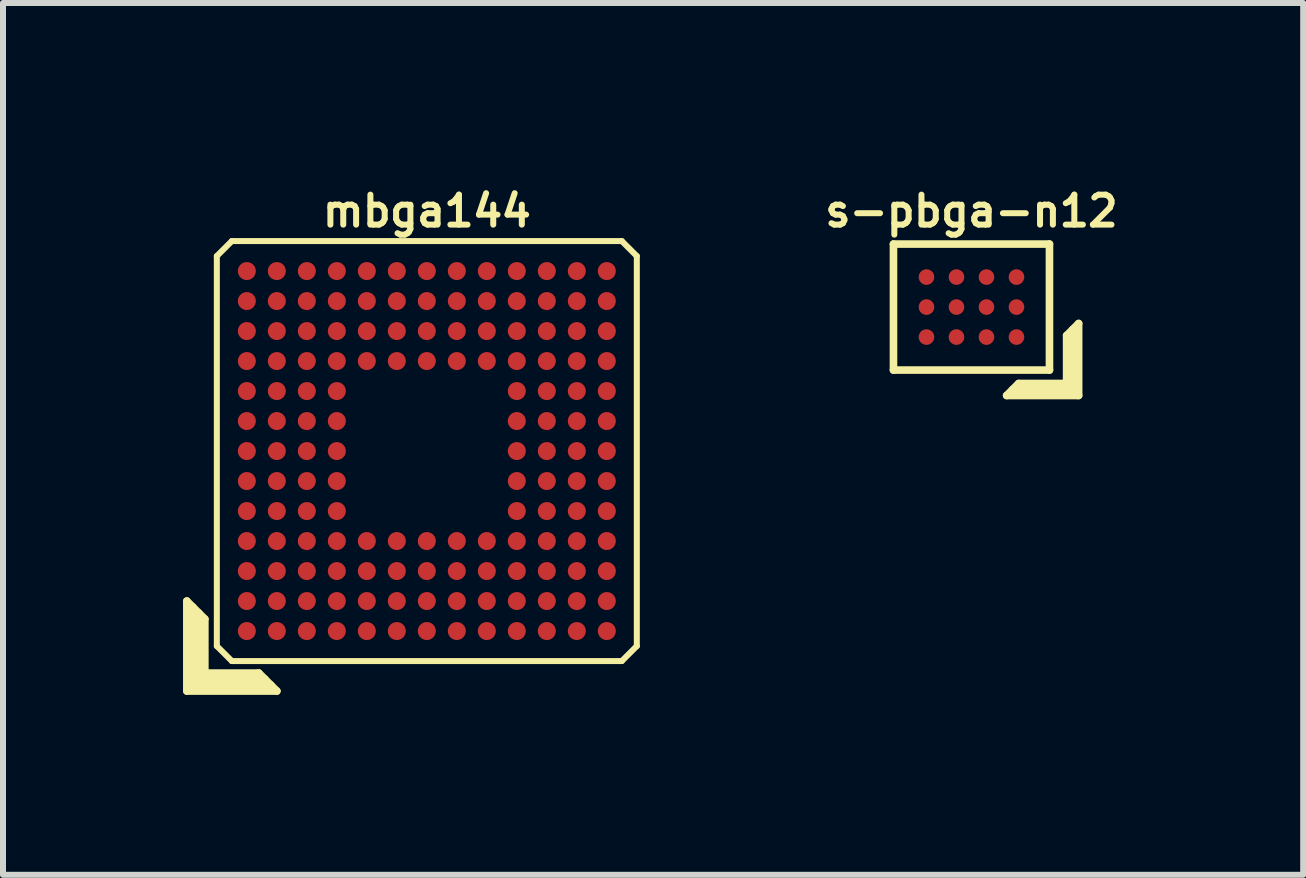
<source format=kicad_pcb>
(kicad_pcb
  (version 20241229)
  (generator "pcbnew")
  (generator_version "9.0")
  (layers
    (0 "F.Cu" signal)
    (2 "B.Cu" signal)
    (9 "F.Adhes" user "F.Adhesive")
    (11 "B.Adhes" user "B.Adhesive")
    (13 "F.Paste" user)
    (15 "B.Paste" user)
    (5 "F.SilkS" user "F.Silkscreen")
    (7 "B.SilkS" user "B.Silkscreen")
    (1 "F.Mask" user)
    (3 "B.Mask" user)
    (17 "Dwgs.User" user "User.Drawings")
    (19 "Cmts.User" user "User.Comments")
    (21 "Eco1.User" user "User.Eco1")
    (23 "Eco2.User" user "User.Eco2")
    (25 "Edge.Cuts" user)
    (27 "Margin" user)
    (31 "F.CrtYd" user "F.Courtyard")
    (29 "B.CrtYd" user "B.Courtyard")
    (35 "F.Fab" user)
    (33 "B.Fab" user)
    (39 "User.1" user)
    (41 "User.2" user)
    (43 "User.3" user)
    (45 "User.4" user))
  (footprint "s-pbga-n12"
    (layer "F.Cu")
    (at 13.142 2.068)
    (property "Reference" "s-pbga-n12" (at 0 -1.6 0) (layer "F.SilkS") (effects (font (size 0.5 0.5) (thickness 0.1))))
    (attr through_hole)
    (fp_line (start -1.3 -1.05) (end -1.3 1.05) (stroke (width 0.127) (type solid)) (layer "F.SilkS"))
    (fp_line (start -1.3 -1.05) (end 1.3 -1.05) (stroke (width 0.127) (type solid)) (layer "F.SilkS"))
    (fp_line (start -1.3 1.05) (end 1.3 1.05) (stroke (width 0.127) (type solid)) (layer "F.SilkS"))
    (fp_line (start 0.586 1.474) (end 0.786 1.274) (stroke (width 0.127) (type solid)) (layer "F.SilkS"))
    (fp_line (start 0.686 1.374) (end 1.686 1.374) (stroke (width 0.127) (type solid)) (layer "F.SilkS"))
    (fp_line (start 0.786 1.274) (end 1.586 1.274) (stroke (width 0.127) (type solid)) (layer "F.SilkS"))
    (fp_line (start 1.3 -1.05) (end 1.3 1.05) (stroke (width 0.127) (type solid)) (layer "F.SilkS"))
    (fp_line (start 1.586 0.474) (end 1.786 0.274) (stroke (width 0.127) (type solid)) (layer "F.SilkS"))
    (fp_line (start 1.586 1.274) (end 1.586 0.474) (stroke (width 0.127) (type solid)) (layer "F.SilkS"))
    (fp_line (start 1.686 1.374) (end 1.686 0.374) (stroke (width 0.127) (type solid)) (layer "F.SilkS"))
    (fp_line (start 1.786 0.274) (end 1.786 1.474) (stroke (width 0.127) (type solid)) (layer "F.SilkS"))
    (fp_line (start 1.786 1.474) (end 0.586 1.474) (stroke (width 0.127) (type solid)) (layer "F.SilkS"))
    (pad "A1" smd circle (at 0.75 0.5) (size 0.26 0.26) (layers "F.Cu" "F.Mask" "F.Paste"))
    (pad "A2" smd circle (at 0.25 0.5) (size 0.26 0.26) (layers "F.Cu" "F.Mask" "F.Paste"))
    (pad "A3" smd circle (at -0.25 0.5) (size 0.26 0.26) (layers "F.Cu" "F.Mask" "F.Paste"))
    (pad "A4" smd circle (at -0.75 0.5) (size 0.26 0.26) (layers "F.Cu" "F.Mask" "F.Paste"))
    (pad "B1" smd circle (at 0.75 0) (size 0.26 0.26) (layers "F.Cu" "F.Mask" "F.Paste"))
    (pad "B2" smd circle (at 0.25 0) (size 0.26 0.26) (layers "F.Cu" "F.Mask" "F.Paste"))
    (pad "B3" smd circle (at -0.25 0) (size 0.26 0.26) (layers "F.Cu" "F.Mask" "F.Paste"))
    (pad "B4" smd circle (at -0.75 0) (size 0.26 0.26) (layers "F.Cu" "F.Mask" "F.Paste"))
    (pad "C1" smd circle (at 0.75 -0.5) (size 0.26 0.26) (layers "F.Cu" "F.Mask" "F.Paste"))
    (pad "C2" smd circle (at 0.25 -0.5) (size 0.26 0.26) (layers "F.Cu" "F.Mask" "F.Paste"))
    (pad "C3" smd circle (at -0.25 -0.5) (size 0.26 0.26) (layers "F.Cu" "F.Mask" "F.Paste"))
    (pad "C4" smd circle (at -0.75 -0.5) (size 0.26 0.26) (layers "F.Cu" "F.Mask" "F.Paste")))
  (footprint "mbga144"
    (layer "F.Cu")
    (at 4.064 4.468)
    (property "Reference" "mbga144" (at 0 -4 0) (layer "F.SilkS") (effects (font (size 0.5 0.5) (thickness 0.1))))
    (attr through_hole)
    (fp_line (start -4 2.5) (end -3.7 2.8) (stroke (width 0.127) (type solid)) (layer "F.SilkS"))
    (fp_line (start -4 4) (end -4 2.5) (stroke (width 0.127) (type solid)) (layer "F.SilkS"))
    (fp_line (start -3.9 2.6) (end -3.9 3.9) (stroke (width 0.127) (type solid)) (layer "F.SilkS"))
    (fp_line (start -3.9 3.9) (end -2.6 3.9) (stroke (width 0.127) (type solid)) (layer "F.SilkS"))
    (fp_line (start -3.8 3.8) (end -3.8 2.7) (stroke (width 0.127) (type solid)) (layer "F.SilkS"))
    (fp_line (start -3.7 2.8) (end -3.7 3.7) (stroke (width 0.127) (type solid)) (layer "F.SilkS"))
    (fp_line (start -3.7 3.7) (end -2.8 3.7) (stroke (width 0.127) (type solid)) (layer "F.SilkS"))
    (fp_line (start -3.5 -3.25) (end -3.5 3.25) (stroke (width 0.1) (type solid)) (layer "F.SilkS"))
    (fp_line (start -3.5 -3.25) (end -3.25 -3.5) (stroke (width 0.1) (type solid)) (layer "F.SilkS"))
    (fp_line (start -3.25 3.5) (end -3.5 3.25) (stroke (width 0.1) (type solid)) (layer "F.SilkS"))
    (fp_line (start -3.25 3.5) (end 3.25 3.5) (stroke (width 0.1) (type solid)) (layer "F.SilkS"))
    (fp_line (start -2.8 3.7) (end -2.5 4) (stroke (width 0.127) (type solid)) (layer "F.SilkS"))
    (fp_line (start -2.7 3.8) (end -3.8 3.8) (stroke (width 0.127) (type solid)) (layer "F.SilkS"))
    (fp_line (start -2.5 4) (end -4 4) (stroke (width 0.127) (type solid)) (layer "F.SilkS"))
    (fp_line (start 3.25 -3.5) (end -3.25 -3.5) (stroke (width 0.1) (type solid)) (layer "F.SilkS"))
    (fp_line (start 3.25 -3.5) (end 3.5 -3.25) (stroke (width 0.1) (type solid)) (layer "F.SilkS"))
    (fp_line (start 3.5 3.25) (end 3.25 3.5) (stroke (width 0.1) (type solid)) (layer "F.SilkS"))
    (fp_line (start 3.5 3.25) (end 3.5 -3.25) (stroke (width 0.1) (type solid)) (layer "F.SilkS"))
    (pad "A1" smd circle (at -3 3) (size 0.3 0.3) (layers "F.Cu" "F.Mask" "F.Paste"))
    (pad "A2" smd circle (at -2.5 3) (size 0.3 0.3) (layers "F.Cu" "F.Mask" "F.Paste"))
    (pad "A3" smd circle (at -2 3) (size 0.3 0.3) (layers "F.Cu" "F.Mask" "F.Paste"))
    (pad "A4" smd circle (at -1.5 3) (size 0.3 0.3) (layers "F.Cu" "F.Mask" "F.Paste"))
    (pad "A5" smd circle (at -1 3) (size 0.3 0.3) (layers "F.Cu" "F.Mask" "F.Paste"))
    (pad "A6" smd circle (at -0.5 3) (size 0.3 0.3) (layers "F.Cu" "F.Mask" "F.Paste"))
    (pad "A7" smd circle (at 0 3) (size 0.3 0.3) (layers "F.Cu" "F.Mask" "F.Paste"))
    (pad "A8" smd circle (at 0.5 3) (size 0.3 0.3) (layers "F.Cu" "F.Mask" "F.Paste"))
    (pad "A9" smd circle (at 1 3) (size 0.3 0.3) (layers "F.Cu" "F.Mask" "F.Paste"))
    (pad "A10" smd circle (at 1.5 3) (size 0.3 0.3) (layers "F.Cu" "F.Mask" "F.Paste"))
    (pad "A11" smd circle (at 2 3) (size 0.3 0.3) (layers "F.Cu" "F.Mask" "F.Paste"))
    (pad "A12" smd circle (at 2.5 3) (size 0.3 0.3) (layers "F.Cu" "F.Mask" "F.Paste"))
    (pad "A13" smd circle (at 3 3) (size 0.3 0.3) (layers "F.Cu" "F.Mask" "F.Paste"))
    (pad "B1" smd circle (at -3 2.5) (size 0.3 0.3) (layers "F.Cu" "F.Mask" "F.Paste"))
    (pad "B2" smd circle (at -2.5 2.5) (size 0.3 0.3) (layers "F.Cu" "F.Mask" "F.Paste"))
    (pad "B3" smd circle (at -2 2.5) (size 0.3 0.3) (layers "F.Cu" "F.Mask" "F.Paste"))
    (pad "B4" smd circle (at -1.5 2.5) (size 0.3 0.3) (layers "F.Cu" "F.Mask" "F.Paste"))
    (pad "B5" smd circle (at -1 2.5) (size 0.3 0.3) (layers "F.Cu" "F.Mask" "F.Paste"))
    (pad "B6" smd circle (at -0.5 2.5) (size 0.3 0.3) (layers "F.Cu" "F.Mask" "F.Paste"))
    (pad "B7" smd circle (at 0 2.5) (size 0.3 0.3) (layers "F.Cu" "F.Mask" "F.Paste"))
    (pad "B8" smd circle (at 0.5 2.5) (size 0.3 0.3) (layers "F.Cu" "F.Mask" "F.Paste"))
    (pad "B9" smd circle (at 1 2.5) (size 0.3 0.3) (layers "F.Cu" "F.Mask" "F.Paste"))
    (pad "B10" smd circle (at 1.5 2.5) (size 0.3 0.3) (layers "F.Cu" "F.Mask" "F.Paste"))
    (pad "B11" smd circle (at 2 2.5) (size 0.3 0.3) (layers "F.Cu" "F.Mask" "F.Paste"))
    (pad "B12" smd circle (at 2.5 2.5) (size 0.3 0.3) (layers "F.Cu" "F.Mask" "F.Paste"))
    (pad "B13" smd circle (at 3 2.5) (size 0.3 0.3) (layers "F.Cu" "F.Mask" "F.Paste"))
    (pad "C1" smd circle (at -3 2) (size 0.3 0.3) (layers "F.Cu" "F.Mask" "F.Paste"))
    (pad "C2" smd circle (at -2.5 2) (size 0.3 0.3) (layers "F.Cu" "F.Mask" "F.Paste"))
    (pad "C3" smd circle (at -2 2) (size 0.3 0.3) (layers "F.Cu" "F.Mask" "F.Paste"))
    (pad "C4" smd circle (at -1.5 2) (size 0.3 0.3) (layers "F.Cu" "F.Mask" "F.Paste"))
    (pad "C5" smd circle (at -1 2) (size 0.3 0.3) (layers "F.Cu" "F.Mask" "F.Paste"))
    (pad "C6" smd circle (at -0.5 2) (size 0.3 0.3) (layers "F.Cu" "F.Mask" "F.Paste"))
    (pad "C7" smd circle (at 0 2) (size 0.3 0.3) (layers "F.Cu" "F.Mask" "F.Paste"))
    (pad "C8" smd circle (at 0.5 2) (size 0.3 0.3) (layers "F.Cu" "F.Mask" "F.Paste"))
    (pad "C9" smd circle (at 1 2) (size 0.3 0.3) (layers "F.Cu" "F.Mask" "F.Paste"))
    (pad "C10" smd circle (at 1.5 2) (size 0.3 0.3) (layers "F.Cu" "F.Mask" "F.Paste"))
    (pad "C11" smd circle (at 2 2) (size 0.3 0.3) (layers "F.Cu" "F.Mask" "F.Paste"))
    (pad "C12" smd circle (at 2.5 2) (size 0.3 0.3) (layers "F.Cu" "F.Mask" "F.Paste"))
    (pad "C13" smd circle (at 3 2) (size 0.3 0.3) (layers "F.Cu" "F.Mask" "F.Paste"))
    (pad "D1" smd circle (at -3 1.5) (size 0.3 0.3) (layers "F.Cu" "F.Mask" "F.Paste"))
    (pad "D2" smd circle (at -2.5 1.5) (size 0.3 0.3) (layers "F.Cu" "F.Mask" "F.Paste"))
    (pad "D3" smd circle (at -2 1.5) (size 0.3 0.3) (layers "F.Cu" "F.Mask" "F.Paste"))
    (pad "D4" smd circle (at -1.5 1.5) (size 0.3 0.3) (layers "F.Cu" "F.Mask" "F.Paste"))
    (pad "D5" smd circle (at -1 1.5) (size 0.3 0.3) (layers "F.Cu" "F.Mask" "F.Paste"))
    (pad "D6" smd circle (at -0.5 1.5) (size 0.3 0.3) (layers "F.Cu" "F.Mask" "F.Paste"))
    (pad "D7" smd circle (at 0 1.5) (size 0.3 0.3) (layers "F.Cu" "F.Mask" "F.Paste"))
    (pad "D8" smd circle (at 0.5 1.5) (size 0.3 0.3) (layers "F.Cu" "F.Mask" "F.Paste"))
    (pad "D9" smd circle (at 1 1.5) (size 0.3 0.3) (layers "F.Cu" "F.Mask" "F.Paste"))
    (pad "D10" smd circle (at 1.5 1.5) (size 0.3 0.3) (layers "F.Cu" "F.Mask" "F.Paste"))
    (pad "D11" smd circle (at 2 1.5) (size 0.3 0.3) (layers "F.Cu" "F.Mask" "F.Paste"))
    (pad "D12" smd circle (at 2.5 1.5) (size 0.3 0.3) (layers "F.Cu" "F.Mask" "F.Paste"))
    (pad "D13" smd circle (at 3 1.5) (size 0.3 0.3) (layers "F.Cu" "F.Mask" "F.Paste"))
    (pad "E1" smd circle (at -3 1) (size 0.3 0.3) (layers "F.Cu" "F.Mask" "F.Paste"))
    (pad "E2" smd circle (at -2.5 1) (size 0.3 0.3) (layers "F.Cu" "F.Mask" "F.Paste"))
    (pad "E3" smd circle (at -2 1) (size 0.3 0.3) (layers "F.Cu" "F.Mask" "F.Paste"))
    (pad "E4" smd circle (at -1.5 1) (size 0.3 0.3) (layers "F.Cu" "F.Mask" "F.Paste"))
    (pad "E10" smd circle (at 1.5 1) (size 0.3 0.3) (layers "F.Cu" "F.Mask" "F.Paste"))
    (pad "E11" smd circle (at 2 1) (size 0.3 0.3) (layers "F.Cu" "F.Mask" "F.Paste"))
    (pad "E12" smd circle (at 2.5 1) (size 0.3 0.3) (layers "F.Cu" "F.Mask" "F.Paste"))
    (pad "E13" smd circle (at 3 1) (size 0.3 0.3) (layers "F.Cu" "F.Mask" "F.Paste"))
    (pad "F1" smd circle (at -3 0.5) (size 0.3 0.3) (layers "F.Cu" "F.Mask" "F.Paste"))
    (pad "F2" smd circle (at -2.5 0.5) (size 0.3 0.3) (layers "F.Cu" "F.Mask" "F.Paste"))
    (pad "F3" smd circle (at -2 0.5) (size 0.3 0.3) (layers "F.Cu" "F.Mask" "F.Paste"))
    (pad "F4" smd circle (at -1.5 0.5) (size 0.3 0.3) (layers "F.Cu" "F.Mask" "F.Paste"))
    (pad "F10" smd circle (at 1.5 0.5) (size 0.3 0.3) (layers "F.Cu" "F.Mask" "F.Paste"))
    (pad "F11" smd circle (at 2 0.5) (size 0.3 0.3) (layers "F.Cu" "F.Mask" "F.Paste"))
    (pad "F12" smd circle (at 2.5 0.5) (size 0.3 0.3) (layers "F.Cu" "F.Mask" "F.Paste"))
    (pad "F13" smd circle (at 3 0.5) (size 0.3 0.3) (layers "F.Cu" "F.Mask" "F.Paste"))
    (pad "G1" smd circle (at -3 0) (size 0.3 0.3) (layers "F.Cu" "F.Mask" "F.Paste"))
    (pad "G2" smd circle (at -2.5 0) (size 0.3 0.3) (layers "F.Cu" "F.Mask" "F.Paste"))
    (pad "G3" smd circle (at -2 0) (size 0.3 0.3) (layers "F.Cu" "F.Mask" "F.Paste"))
    (pad "G4" smd circle (at -1.5 0) (size 0.3 0.3) (layers "F.Cu" "F.Mask" "F.Paste"))
    (pad "G10" smd circle (at 1.5 0) (size 0.3 0.3) (layers "F.Cu" "F.Mask" "F.Paste"))
    (pad "G11" smd circle (at 2 0) (size 0.3 0.3) (layers "F.Cu" "F.Mask" "F.Paste"))
    (pad "G12" smd circle (at 2.5 0) (size 0.3 0.3) (layers "F.Cu" "F.Mask" "F.Paste"))
    (pad "G13" smd circle (at 3 0) (size 0.3 0.3) (layers "F.Cu" "F.Mask" "F.Paste"))
    (pad "H1" smd circle (at -3 -0.5) (size 0.3 0.3) (layers "F.Cu" "F.Mask" "F.Paste"))
    (pad "H2" smd circle (at -2.5 -0.5) (size 0.3 0.3) (layers "F.Cu" "F.Mask" "F.Paste"))
    (pad "H3" smd circle (at -2 -0.5) (size 0.3 0.3) (layers "F.Cu" "F.Mask" "F.Paste"))
    (pad "H4" smd circle (at -1.5 -0.5) (size 0.3 0.3) (layers "F.Cu" "F.Mask" "F.Paste"))
    (pad "H10" smd circle (at 1.5 -0.5) (size 0.3 0.3) (layers "F.Cu" "F.Mask" "F.Paste"))
    (pad "H11" smd circle (at 2 -0.5) (size 0.3 0.3) (layers "F.Cu" "F.Mask" "F.Paste"))
    (pad "H12" smd circle (at 2.5 -0.5) (size 0.3 0.3) (layers "F.Cu" "F.Mask" "F.Paste"))
    (pad "H13" smd circle (at 3 -0.5) (size 0.3 0.3) (layers "F.Cu" "F.Mask" "F.Paste"))
    (pad "J1" smd circle (at -3 -1) (size 0.3 0.3) (layers "F.Cu" "F.Mask" "F.Paste"))
    (pad "J2" smd circle (at -2.5 -1) (size 0.3 0.3) (layers "F.Cu" "F.Mask" "F.Paste"))
    (pad "J3" smd circle (at -2 -1) (size 0.3 0.3) (layers "F.Cu" "F.Mask" "F.Paste"))
    (pad "J4" smd circle (at -1.5 -1) (size 0.3 0.3) (layers "F.Cu" "F.Mask" "F.Paste"))
    (pad "J10" smd circle (at 1.5 -1) (size 0.3 0.3) (layers "F.Cu" "F.Mask" "F.Paste"))
    (pad "J11" smd circle (at 2 -1) (size 0.3 0.3) (layers "F.Cu" "F.Mask" "F.Paste"))
    (pad "J12" smd circle (at 2.5 -1) (size 0.3 0.3) (layers "F.Cu" "F.Mask" "F.Paste"))
    (pad "J13" smd circle (at 3 -1) (size 0.3 0.3) (layers "F.Cu" "F.Mask" "F.Paste"))
    (pad "K1" smd circle (at -3 -1.5) (size 0.3 0.3) (layers "F.Cu" "F.Mask" "F.Paste"))
    (pad "K2" smd circle (at -2.5 -1.5) (size 0.3 0.3) (layers "F.Cu" "F.Mask" "F.Paste"))
    (pad "K3" smd circle (at -2 -1.5) (size 0.3 0.3) (layers "F.Cu" "F.Mask" "F.Paste"))
    (pad "K4" smd circle (at -1.5 -1.5) (size 0.3 0.3) (layers "F.Cu" "F.Mask" "F.Paste"))
    (pad "K5" smd circle (at -1 -1.5) (size 0.3 0.3) (layers "F.Cu" "F.Mask" "F.Paste"))
    (pad "K6" smd circle (at -0.5 -1.5) (size 0.3 0.3) (layers "F.Cu" "F.Mask" "F.Paste"))
    (pad "K7" smd circle (at 0 -1.5) (size 0.3 0.3) (layers "F.Cu" "F.Mask" "F.Paste"))
    (pad "K8" smd circle (at 0.5 -1.5) (size 0.3 0.3) (layers "F.Cu" "F.Mask" "F.Paste"))
    (pad "K9" smd circle (at 1 -1.5) (size 0.3 0.3) (layers "F.Cu" "F.Mask" "F.Paste"))
    (pad "K10" smd circle (at 1.5 -1.5) (size 0.3 0.3) (layers "F.Cu" "F.Mask" "F.Paste"))
    (pad "K11" smd circle (at 2 -1.5) (size 0.3 0.3) (layers "F.Cu" "F.Mask" "F.Paste"))
    (pad "K12" smd circle (at 2.5 -1.5) (size 0.3 0.3) (layers "F.Cu" "F.Mask" "F.Paste"))
    (pad "K13" smd circle (at 3 -1.5) (size 0.3 0.3) (layers "F.Cu" "F.Mask" "F.Paste"))
    (pad "L1" smd circle (at -3 -2) (size 0.3 0.3) (layers "F.Cu" "F.Mask" "F.Paste"))
    (pad "L2" smd circle (at -2.5 -2) (size 0.3 0.3) (layers "F.Cu" "F.Mask" "F.Paste"))
    (pad "L3" smd circle (at -2 -2) (size 0.3 0.3) (layers "F.Cu" "F.Mask" "F.Paste"))
    (pad "L4" smd circle (at -1.5 -2) (size 0.3 0.3) (layers "F.Cu" "F.Mask" "F.Paste"))
    (pad "L5" smd circle (at -1 -2) (size 0.3 0.3) (layers "F.Cu" "F.Mask" "F.Paste"))
    (pad "L6" smd circle (at -0.5 -2) (size 0.3 0.3) (layers "F.Cu" "F.Mask" "F.Paste"))
    (pad "L7" smd circle (at 0 -2) (size 0.3 0.3) (layers "F.Cu" "F.Mask" "F.Paste"))
    (pad "L8" smd circle (at 0.5 -2) (size 0.3 0.3) (layers "F.Cu" "F.Mask" "F.Paste"))
    (pad "L9" smd circle (at 1 -2) (size 0.3 0.3) (layers "F.Cu" "F.Mask" "F.Paste"))
    (pad "L10" smd circle (at 1.5 -2) (size 0.3 0.3) (layers "F.Cu" "F.Mask" "F.Paste"))
    (pad "L11" smd circle (at 2 -2) (size 0.3 0.3) (layers "F.Cu" "F.Mask" "F.Paste"))
    (pad "L12" smd circle (at 2.5 -2) (size 0.3 0.3) (layers "F.Cu" "F.Mask" "F.Paste"))
    (pad "L13" smd circle (at 3 -2) (size 0.3 0.3) (layers "F.Cu" "F.Mask" "F.Paste"))
    (pad "M1" smd circle (at -3 -2.5) (size 0.3 0.3) (layers "F.Cu" "F.Mask" "F.Paste"))
    (pad "M2" smd circle (at -2.5 -2.5) (size 0.3 0.3) (layers "F.Cu" "F.Mask" "F.Paste"))
    (pad "M3" smd circle (at -2 -2.5) (size 0.3 0.3) (layers "F.Cu" "F.Mask" "F.Paste"))
    (pad "M4" smd circle (at -1.5 -2.5) (size 0.3 0.3) (layers "F.Cu" "F.Mask" "F.Paste"))
    (pad "M5" smd circle (at -1 -2.5) (size 0.3 0.3) (layers "F.Cu" "F.Mask" "F.Paste"))
    (pad "M6" smd circle (at -0.5 -2.5) (size 0.3 0.3) (layers "F.Cu" "F.Mask" "F.Paste"))
    (pad "M7" smd circle (at 0 -2.5) (size 0.3 0.3) (layers "F.Cu" "F.Mask" "F.Paste"))
    (pad "M8" smd circle (at 0.5 -2.5) (size 0.3 0.3) (layers "F.Cu" "F.Mask" "F.Paste"))
    (pad "M9" smd circle (at 1 -2.5) (size 0.3 0.3) (layers "F.Cu" "F.Mask" "F.Paste"))
    (pad "M10" smd circle (at 1.5 -2.5) (size 0.3 0.3) (layers "F.Cu" "F.Mask" "F.Paste"))
    (pad "M11" smd circle (at 2 -2.5) (size 0.3 0.3) (layers "F.Cu" "F.Mask" "F.Paste"))
    (pad "M12" smd circle (at 2.5 -2.5) (size 0.3 0.3) (layers "F.Cu" "F.Mask" "F.Paste"))
    (pad "M13" smd circle (at 3 -2.5) (size 0.3 0.3) (layers "F.Cu" "F.Mask" "F.Paste"))
    (pad "N1" smd circle (at -3 -3) (size 0.3 0.3) (layers "F.Cu" "F.Mask" "F.Paste"))
    (pad "N2" smd circle (at -2.5 -3) (size 0.3 0.3) (layers "F.Cu" "F.Mask" "F.Paste"))
    (pad "N3" smd circle (at -2 -3) (size 0.3 0.3) (layers "F.Cu" "F.Mask" "F.Paste"))
    (pad "N4" smd circle (at -1.5 -3) (size 0.3 0.3) (layers "F.Cu" "F.Mask" "F.Paste"))
    (pad "N5" smd circle (at -1 -3) (size 0.3 0.3) (layers "F.Cu" "F.Mask" "F.Paste"))
    (pad "N6" smd circle (at -0.5 -3) (size 0.3 0.3) (layers "F.Cu" "F.Mask" "F.Paste"))
    (pad "N7" smd circle (at 0 -3) (size 0.3 0.3) (layers "F.Cu" "F.Mask" "F.Paste"))
    (pad "N8" smd circle (at 0.5 -3) (size 0.3 0.3) (layers "F.Cu" "F.Mask" "F.Paste"))
    (pad "N9" smd circle (at 1 -3) (size 0.3 0.3) (layers "F.Cu" "F.Mask" "F.Paste"))
    (pad "N10" smd circle (at 1.5 -3) (size 0.3 0.3) (layers "F.Cu" "F.Mask" "F.Paste"))
    (pad "N11" smd circle (at 2 -3) (size 0.3 0.3) (layers "F.Cu" "F.Mask" "F.Paste"))
    (pad "N12" smd circle (at 2.5 -3) (size 0.3 0.3) (layers "F.Cu" "F.Mask" "F.Paste"))
    (pad "N13" smd circle (at 3 -3) (size 0.3 0.3) (layers "F.Cu" "F.Mask" "F.Paste")))
  (gr_rect
    (start -3 -3)
    (end 18.671 11.531)
    (stroke (width 0.1) (type default))
    (fill no)
    (layer "Edge.Cuts")))
</source>
